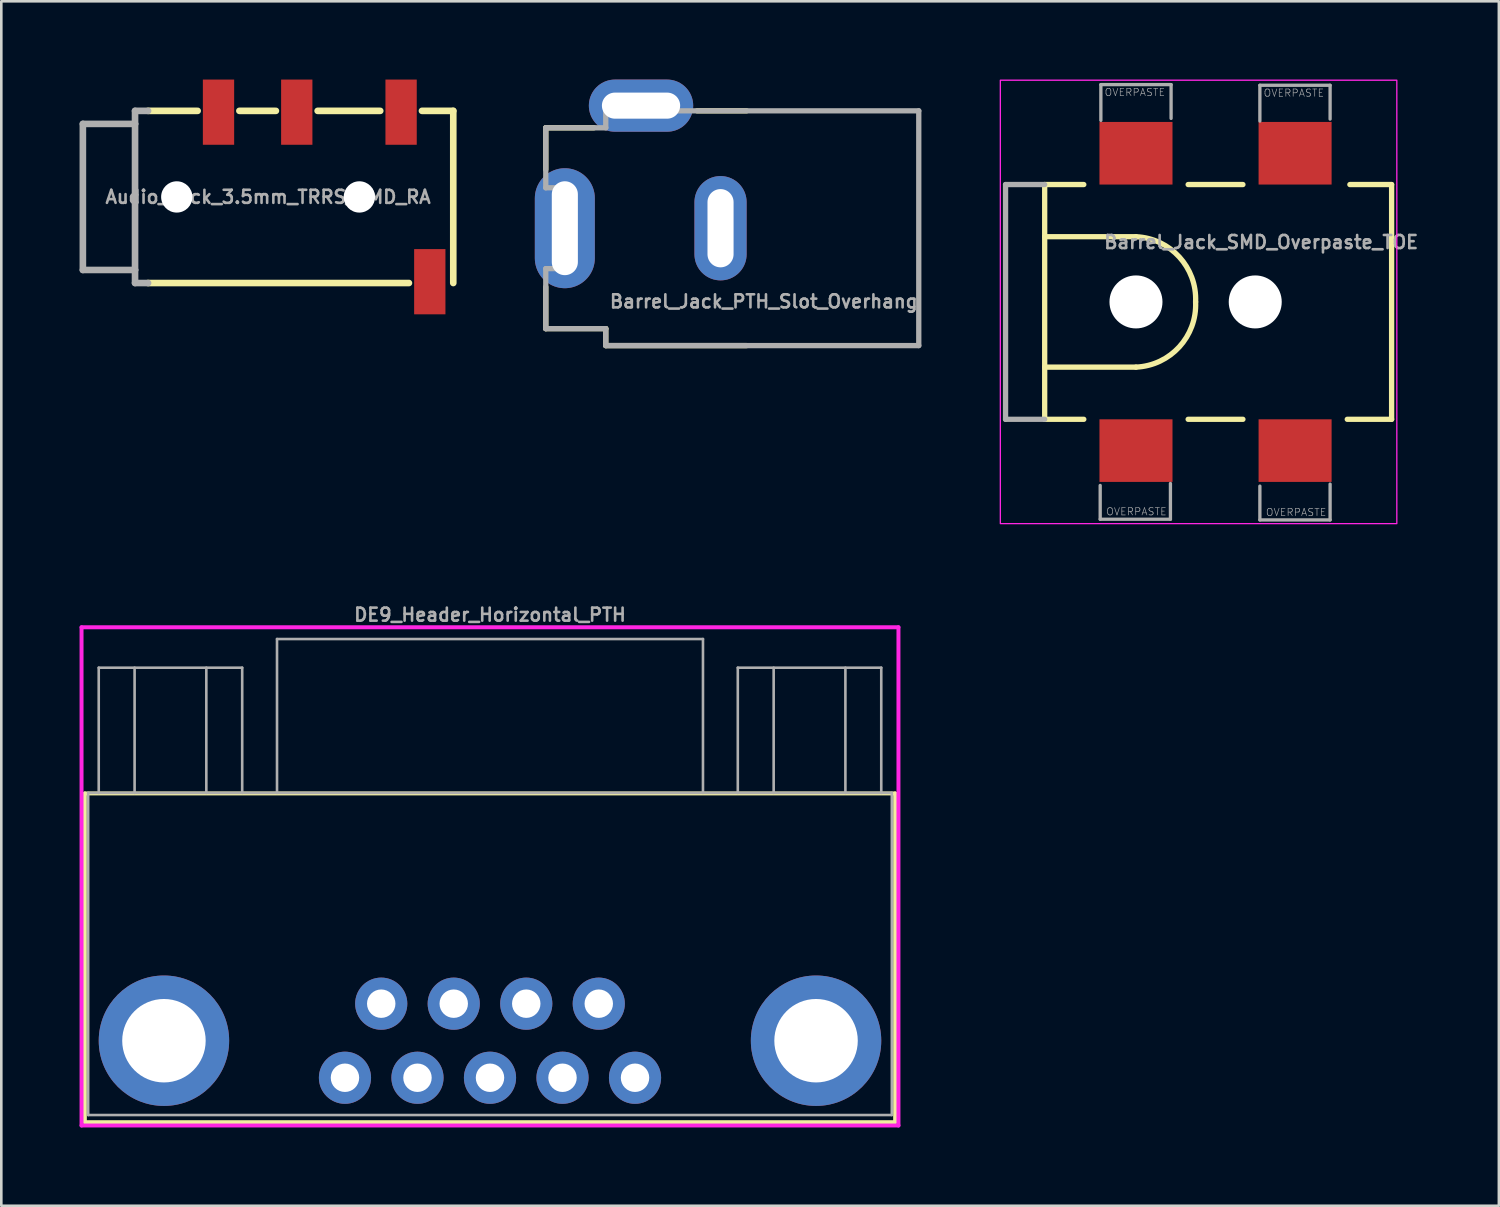
<source format=kicad_pcb>
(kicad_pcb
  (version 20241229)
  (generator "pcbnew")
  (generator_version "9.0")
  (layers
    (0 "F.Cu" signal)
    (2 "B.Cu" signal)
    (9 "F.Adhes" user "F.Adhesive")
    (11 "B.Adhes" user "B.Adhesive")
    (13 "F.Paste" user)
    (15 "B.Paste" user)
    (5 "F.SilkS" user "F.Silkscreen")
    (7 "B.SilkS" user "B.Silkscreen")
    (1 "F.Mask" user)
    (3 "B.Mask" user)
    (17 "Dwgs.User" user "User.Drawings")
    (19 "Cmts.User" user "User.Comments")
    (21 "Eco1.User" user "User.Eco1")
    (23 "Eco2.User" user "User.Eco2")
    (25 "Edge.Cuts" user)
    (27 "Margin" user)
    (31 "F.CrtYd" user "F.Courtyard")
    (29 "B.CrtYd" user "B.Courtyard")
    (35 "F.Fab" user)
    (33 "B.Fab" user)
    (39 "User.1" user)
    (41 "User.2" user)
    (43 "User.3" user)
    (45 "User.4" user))
  (footprint "DE9_Header_Horizontal_PTH"
    (layer "F.Cu")
    (at 15.735 38.268)
    (property "Reference" "DE9_Header_Horizontal_PTH" (at 0 -17.75 0) (unlocked yes) (layer "F.Fab") (effects (font (size 0.5 0.5) (thickness 0.1))))
    (attr through_hole)
    (fp_line (start -15.532 -10.9) (end -15.532 1.704) (stroke (width 0.152) (type solid)) (layer "F.SilkS"))
    (fp_line (start -15.532 1.704) (end 15.532 1.704) (stroke (width 0.152) (type solid)) (layer "F.SilkS"))
    (fp_line (start 15.532 -10.9) (end -15.532 -10.9) (stroke (width 0.152) (type solid)) (layer "F.SilkS"))
    (fp_line (start 15.532 1.704) (end 15.532 -10.9) (stroke (width 0.152) (type solid)) (layer "F.SilkS"))
    (fp_line (start -15.659 -17.27) (end -15.659 1.831) (stroke (width 0.152) (type solid)) (layer "F.CrtYd"))
    (fp_line (start -15.659 1.831) (end 15.659 1.831) (stroke (width 0.152) (type solid)) (layer "F.CrtYd"))
    (fp_line (start 15.659 -17.27) (end -15.659 -17.27) (stroke (width 0.152) (type solid)) (layer "F.CrtYd"))
    (fp_line (start 15.659 1.831) (end 15.659 -17.27) (stroke (width 0.152) (type solid)) (layer "F.CrtYd"))
    (fp_line (start -15.405 -10.92) (end 15.405 -10.92) (stroke (width 0.1) (type default)) (layer "F.Fab"))
    (fp_line (start -15.405 -10.92) (end -15.405 1.43) (stroke (width 0.1) (type solid)) (layer "F.Fab"))
    (fp_line (start -15.4 1.43) (end 15.4 1.43) (stroke (width 0.1) (type solid)) (layer "F.Fab"))
    (fp_line (start -15 -10.92) (end -15 -15.72) (stroke (width 0.1) (type solid)) (layer "F.Fab"))
    (fp_line (start -13.625 -10.92) (end -13.625 -15.72) (stroke (width 0.1) (type solid)) (layer "F.Fab"))
    (fp_line (start -10.875 -15.72) (end -10.875 -10.92) (stroke (width 0.1) (type solid)) (layer "F.Fab"))
    (fp_line (start -9.5 -15.72) (end -15 -15.72) (stroke (width 0.1) (type solid)) (layer "F.Fab"))
    (fp_line (start -9.5 -15.72) (end -9.5 -10.92) (stroke (width 0.1) (type solid)) (layer "F.Fab"))
    (fp_line (start -8.165 -16.82) (end -8.165 -10.92) (stroke (width 0.1) (type solid)) (layer "F.Fab"))
    (fp_line (start 8.165 -16.82) (end -8.165 -16.82) (stroke (width 0.1) (type solid)) (layer "F.Fab"))
    (fp_line (start 8.165 -10.92) (end 8.165 -16.82) (stroke (width 0.1) (type solid)) (layer "F.Fab"))
    (fp_line (start 9.5 -15.72) (end 15 -15.72) (stroke (width 0.1) (type solid)) (layer "F.Fab"))
    (fp_line (start 9.5 -10.92) (end 9.5 -15.72) (stroke (width 0.1) (type solid)) (layer "F.Fab"))
    (fp_line (start 10.875 -10.92) (end 10.875 -15.72) (stroke (width 0.1) (type solid)) (layer "F.Fab"))
    (fp_line (start 13.625 -15.72) (end 13.625 -10.92) (stroke (width 0.1) (type solid)) (layer "F.Fab"))
    (fp_line (start 15 -15.72) (end 15 -10.92) (stroke (width 0.1) (type solid)) (layer "F.Fab"))
    (fp_line (start 15.405 1.43) (end 15.405 -10.92) (stroke (width 0.1) (type solid)) (layer "F.Fab"))
    (pad "1" thru_hole circle (at -5.56 0) (size 2 2) (drill 1.09) (layers "*.Cu" "*.Mask"))
    (pad "2" thru_hole circle (at -2.78 0) (size 2 2) (drill 1.09) (layers "*.Cu" "*.Mask"))
    (pad "3" thru_hole circle (at 0 0 90) (size 2 2) (drill 1.09) (layers "*.Cu" "*.Mask"))
    (pad "4" thru_hole circle (at 2.78 0) (size 2 2) (drill 1.09) (layers "*.Cu" "*.Mask"))
    (pad "5" thru_hole circle (at 5.56 0 90) (size 2 2) (drill 1.09) (layers "*.Cu" "*.Mask"))
    (pad "6" thru_hole circle (at -4.17 -2.84) (size 2 2) (drill 1.09) (layers "*.Cu" "*.Mask"))
    (pad "7" thru_hole circle (at -1.39 -2.84) (size 2 2) (drill 1.09) (layers "*.Cu" "*.Mask"))
    (pad "8" thru_hole circle (at 1.39 -2.84) (size 2 2) (drill 1.09) (layers "*.Cu" "*.Mask"))
    (pad "9" thru_hole circle (at 4.17 -2.84) (size 2 2) (drill 1.09) (layers "*.Cu" "*.Mask"))
    (pad "10" thru_hole circle (at -12.5 -1.42) (size 5 5) (drill 3.2) (layers "*.Cu" "*.Mask"))
    (pad "11" thru_hole circle (at 12.5 -1.42) (size 5 5) (drill 3.2) (layers "*.Cu" "*.Mask")))
  (footprint "Audio_Jack_3.5mm_TRRS_SMD_RA"
    (layer "F.Cu")
    (at 7.227 4.5)
    (property "Reference" "Audio_Jack_3.5mm_TRRS_SMD_RA" (at 0 0 0) (layer "F.Fab") (effects (font (size 0.5 0.5) (thickness 0.1))))
    (attr smd)
    (fp_line (start -4.6 -3.3) (end -2.7 -3.3) (stroke (width 0.254) (type solid)) (layer "F.SilkS"))
    (fp_line (start -4.6 3.3) (end 5.4 3.3) (stroke (width 0.254) (type solid)) (layer "F.SilkS"))
    (fp_line (start -1.1 -3.3) (end 0.3 -3.3) (stroke (width 0.254) (type solid)) (layer "F.SilkS"))
    (fp_line (start 1.9 -3.3) (end 4.3 -3.3) (stroke (width 0.254) (type solid)) (layer "F.SilkS"))
    (fp_line (start 7.1 -3.3) (end 5.9 -3.3) (stroke (width 0.254) (type solid)) (layer "F.SilkS"))
    (fp_line (start 7.1 -3.3) (end 7.1 3.3) (stroke (width 0.254) (type solid)) (layer "F.SilkS"))
    (fp_line (start -7.1 -2.8) (end -7.1 2.8) (stroke (width 0.254) (type solid)) (layer "F.Fab"))
    (fp_line (start -7.1 2.8) (end -5.1 2.8) (stroke (width 0.254) (type solid)) (layer "F.Fab"))
    (fp_line (start -5.1 -3.3) (end -5.1 -2.8) (stroke (width 0.254) (type solid)) (layer "F.Fab"))
    (fp_line (start -5.1 -2.8) (end -7.1 -2.8) (stroke (width 0.254) (type solid)) (layer "F.Fab"))
    (fp_line (start -5.1 -2.8) (end -5.1 2.8) (stroke (width 0.254) (type solid)) (layer "F.Fab"))
    (fp_line (start -5.1 2.8) (end -5.1 3.3) (stroke (width 0.254) (type solid)) (layer "F.Fab"))
    (fp_line (start -5.1 3.3) (end -4.6 3.3) (stroke (width 0.254) (type solid)) (layer "F.Fab"))
    (fp_line (start -4.6 -3.3) (end -5.1 -3.3) (stroke (width 0.254) (type solid)) (layer "F.Fab"))
    (pad "" np_thru_hole circle (at -3.5 0) (size 1.2 1.2) (drill 1.2) (layers "*.Cu" "*.Mask"))
    (pad "" np_thru_hole circle (at 3.5 0) (size 1.2 1.2) (drill 1.2) (layers "*.Cu" "*.Mask"))
    (pad "R1" smd rect (at 1.1 -3.25) (size 1.2 2.5) (layers "F.Cu" "F.Mask" "F.Paste"))
    (pad "R2" smd rect (at -1.9 -3.25 180) (size 1.2 2.5) (layers "F.Cu" "F.Mask" "F.Paste"))
    (pad "S" smd rect (at 6.2 3.25) (size 1.2 2.5) (layers "F.Cu" "F.Mask" "F.Paste"))
    (pad "T" smd rect (at 5.1 -3.25) (size 1.2 2.5) (layers "F.Cu" "F.Mask" "F.Paste")))
  (footprint "Barrel_Jack_SMD_Overpaste_TOE"
    (layer "F.Cu")
    (at 40.5 8.525)
    (property "Reference" "Barrel_Jack_SMD_Overpaste_TOE" (at 4.8 -2 0) (layer "F.Fab") (effects (font (size 0.5 0.5) (thickness 0.1)) (justify bottom)))
    (attr smd)
    (fp_line (start -3.5 -4.5) (end -3.5 -2.5) (stroke (width 0.203) (type solid)) (layer "F.SilkS"))
    (fp_line (start -3.5 -4.5) (end -2 -4.5) (stroke (width 0.203) (type solid)) (layer "F.SilkS"))
    (fp_line (start -3.5 -2.5) (end -3.5 2.5) (stroke (width 0.203) (type solid)) (layer "F.SilkS"))
    (fp_line (start -3.5 -2.5) (end 0 -2.5) (stroke (width 0.203) (type solid)) (layer "F.SilkS"))
    (fp_line (start -3.5 2.5) (end -3.5 4.5) (stroke (width 0.203) (type solid)) (layer "F.SilkS"))
    (fp_line (start -2 4.5) (end -3.5 4.5) (stroke (width 0.203) (type solid)) (layer "F.SilkS"))
    (fp_line (start 0 2.5) (end -3.5 2.5) (stroke (width 0.203) (type solid)) (layer "F.SilkS"))
    (fp_line (start 2 -4.5) (end 4.1 -4.5) (stroke (width 0.203) (type solid)) (layer "F.SilkS"))
    (fp_line (start 4.1 4.5) (end 2 4.5) (stroke (width 0.203) (type solid)) (layer "F.SilkS"))
    (fp_line (start 8.2 -4.5) (end 9.8 -4.5) (stroke (width 0.203) (type solid)) (layer "F.SilkS"))
    (fp_line (start 9.8 -4.5) (end 9.8 4.5) (stroke (width 0.203) (type solid)) (layer "F.SilkS"))
    (fp_line (start 9.8 4.5) (end 8.1 4.5) (stroke (width 0.203) (type solid)) (layer "F.SilkS"))
    (fp_arc (start 0 -2.5) (mid 1.660767 -1.723446) (end 2.286 0) (stroke (width 0.2032) (type solid)) (layer "F.SilkS"))
    (fp_arc (start 2.286 0) (mid 1.660767 1.723446) (end 0 2.5) (stroke (width 0.2032) (type solid)) (layer "F.SilkS"))
    (fp_poly (pts (xy -1.4 8.382) (xy 1.4 8.382) (xy 1.4 6.896) (xy -1.4 6.896)) (stroke (width 0) (type default)) (fill yes) (layer "F.Paste"))
    (fp_poly (pts (xy 1.4 -8.382) (xy -1.4 -8.382) (xy -1.4 -6.896) (xy 1.4 -6.896)) (stroke (width 0) (type default)) (fill yes) (layer "F.Paste"))
    (fp_poly (pts (xy 4.702 8.385) (xy 7.501 8.385) (xy 7.501 6.899) (xy 4.702 6.899)) (stroke (width 0) (type default)) (fill yes) (layer "F.Paste"))
    (fp_poly (pts (xy 7.501 -8.382) (xy 4.702 -8.382) (xy 4.702 -6.896) (xy 7.501 -6.896)) (stroke (width 0) (type default)) (fill yes) (layer "F.Paste"))
    (fp_rect (start -5.2 -8.5) (end 10 8.5) (stroke (width 0.05) (type default)) (fill no) (layer "F.CrtYd"))
    (fp_line (start -5 -4.5) (end -5 4.5) (stroke (width 0.203) (type solid)) (layer "F.Fab"))
    (fp_line (start -5 -4.5) (end -3.5 -4.5) (stroke (width 0.203) (type solid)) (layer "F.Fab"))
    (fp_line (start -3.5 4.5) (end -5 4.5) (stroke (width 0.203) (type solid)) (layer "F.Fab"))
    (fp_line (start -1.372 7.036) (end -1.372 8.331) (stroke (width 0.127) (type solid)) (layer "F.Fab"))
    (fp_line (start -1.372 8.331) (end 1.321 8.331) (stroke (width 0.127) (type solid)) (layer "F.Fab"))
    (fp_line (start -1.346 -8.331) (end -1.346 -6.96) (stroke (width 0.127) (type solid)) (layer "F.Fab"))
    (fp_line (start 1.321 8.331) (end 1.321 6.96) (stroke (width 0.127) (type solid)) (layer "F.Fab"))
    (fp_line (start 1.346 -8.331) (end -1.346 -8.331) (stroke (width 0.127) (type solid)) (layer "F.Fab"))
    (fp_line (start 1.346 -7.036) (end 1.346 -8.331) (stroke (width 0.127) (type solid)) (layer "F.Fab"))
    (fp_line (start 4.75 -8.306) (end 4.75 -6.934) (stroke (width 0.127) (type solid)) (layer "F.Fab"))
    (fp_line (start 4.75 7.061) (end 4.75 8.357) (stroke (width 0.127) (type solid)) (layer "F.Fab"))
    (fp_line (start 4.75 8.357) (end 7.442 8.357) (stroke (width 0.127) (type solid)) (layer "F.Fab"))
    (fp_line (start 7.442 -8.306) (end 4.75 -8.306) (stroke (width 0.127) (type solid)) (layer "F.Fab"))
    (fp_line (start 7.442 -7.01) (end 7.442 -8.306) (stroke (width 0.127) (type solid)) (layer "F.Fab"))
    (fp_line (start 7.442 8.357) (end 7.442 6.985) (stroke (width 0.127) (type solid)) (layer "F.Fab"))
    (fp_text user "OVERPASTE" (at 7.315 7.899 0) (layer "F.Fab") (effects (font (size 0.28 0.28) (thickness 0.024)) (justify right top)))
    (fp_text user "OVERPASTE" (at -1.219 -7.874 0) (layer "F.Fab") (effects (font (size 0.28 0.28) (thickness 0.024)) (justify left bottom)))
    (fp_text user "OVERPASTE" (at 1.194 7.874 0) (layer "F.Fab") (effects (font (size 0.28 0.28) (thickness 0.024)) (justify right top)))
    (fp_text user "OVERPASTE" (at 4.877 -7.849 0) (layer "F.Fab") (effects (font (size 0.28 0.28) (thickness 0.024)) (justify left bottom)))
    (pad "" np_thru_hole circle (at 0 0) (size 2.032 2.032) (drill 2.032) (layers "*.Cu" "*.Mask"))
    (pad "" np_thru_hole circle (at 4.572 0) (size 2.032 2.032) (drill 2.032) (layers "*.Cu" "*.Mask"))
    (pad "GND" smd rect (at 0 5.7) (size 2.8 2.4) (layers "F.Cu" "F.Mask" "F.Paste"))
    (pad "GNDBREAK" smd rect (at 6.1 5.7) (size 2.8 2.4) (layers "F.Cu" "F.Mask" "F.Paste"))
    (pad "PWR" smd rect (at 0 -5.7) (size 2.8 2.4) (layers "F.Cu" "F.Mask" "F.Paste"))
    (pad "PWR" smd rect (at 6.1 -5.7) (size 2.8 2.4) (layers "F.Cu" "F.Mask" "F.Paste")))
  (footprint "Barrel_Jack_PTH_Slot_Overhang"
    (layer "F.Cu")
    (at 24.573 5.699)
    (property "Reference" "Barrel_Jack_PTH_Slot_Overhang" (at -4.3 3.1 0) (layer "F.Fab") (effects (font (size 0.5 0.5) (thickness 0.1)) (justify left bottom)))
    (attr through_hole)
    (fp_line (start -6.7 -3.85) (end -6.7 -2.25) (stroke (width 0.203) (type default)) (layer "F.SilkS"))
    (fp_line (start -6.7 -3.85) (end -4.85 -3.85) (stroke (width 0.203) (type default)) (layer "F.SilkS"))
    (fp_line (start -6.7 3.85) (end -6.7 2.25) (stroke (width 0.203) (type default)) (layer "F.SilkS"))
    (fp_line (start -4.4 3.85) (end -6.7 3.85) (stroke (width 0.203) (type default)) (layer "F.SilkS"))
    (fp_line (start -4.4 4.5) (end -4.4 3.85) (stroke (width 0.203) (type default)) (layer "F.SilkS"))
    (fp_line (start -4.4 4.5) (end 1 4.5) (stroke (width 0.203) (type solid)) (layer "F.SilkS"))
    (fp_line (start 1 -4.5) (end -0.9 -4.5) (stroke (width 0.203) (type solid)) (layer "F.SilkS"))
    (fp_line (start -6.7 -3.85) (end -6.7 -1.55) (stroke (width 0.203) (type default)) (layer "F.Fab"))
    (fp_line (start -6.7 -3.85) (end -4.4 -3.85) (stroke (width 0.203) (type default)) (layer "F.Fab"))
    (fp_line (start -6.7 -1.55) (end -6.25 -1.55) (stroke (width 0.203) (type default)) (layer "F.Fab"))
    (fp_line (start -6.7 1.55) (end -6.25 1.55) (stroke (width 0.203) (type default)) (layer "F.Fab"))
    (fp_line (start -6.7 3.85) (end -6.7 1.55) (stroke (width 0.203) (type default)) (layer "F.Fab"))
    (fp_line (start -6.25 -1.55) (end -6.25 1.55) (stroke (width 0.203) (type default)) (layer "F.Fab"))
    (fp_line (start -4.4 -3.85) (end -4.4 -4.5) (stroke (width 0.203) (type default)) (layer "F.Fab"))
    (fp_line (start -4.4 3.85) (end -6.7 3.85) (stroke (width 0.203) (type default)) (layer "F.Fab"))
    (fp_line (start -4.4 4.5) (end -4.4 3.85) (stroke (width 0.203) (type default)) (layer "F.Fab"))
    (fp_line (start -4.4 4.5) (end 7.6 4.5) (stroke (width 0.203) (type solid)) (layer "F.Fab"))
    (fp_line (start 7.6 -4.5) (end -4.4 -4.5) (stroke (width 0.203) (type solid)) (layer "F.Fab"))
    (fp_line (start 7.6 -4.5) (end 7.6 4.5) (stroke (width 0.203) (type solid)) (layer "F.Fab"))
    (pad "GND" thru_hole oval (at 0 0 90) (size 4 2) (drill oval 3 1) (layers "*.Cu" "*.Mask"))
    (pad "GNDBREAK" thru_hole oval (at -3.048 -4.699) (size 4 2) (drill oval 3 1) (layers "*.Cu" "*.Mask"))
    (pad "PWR" thru_hole oval (at -5.969 0 90) (size 4.6 2.3) (drill oval 3.6 1) (layers "*.Cu" "*.Mask")))
  (gr_rect
    (start -3 -3)
    (end 54.412 43.175)
    (stroke (width 0.1) (type default))
    (fill no)
    (layer "Edge.Cuts")))
</source>
